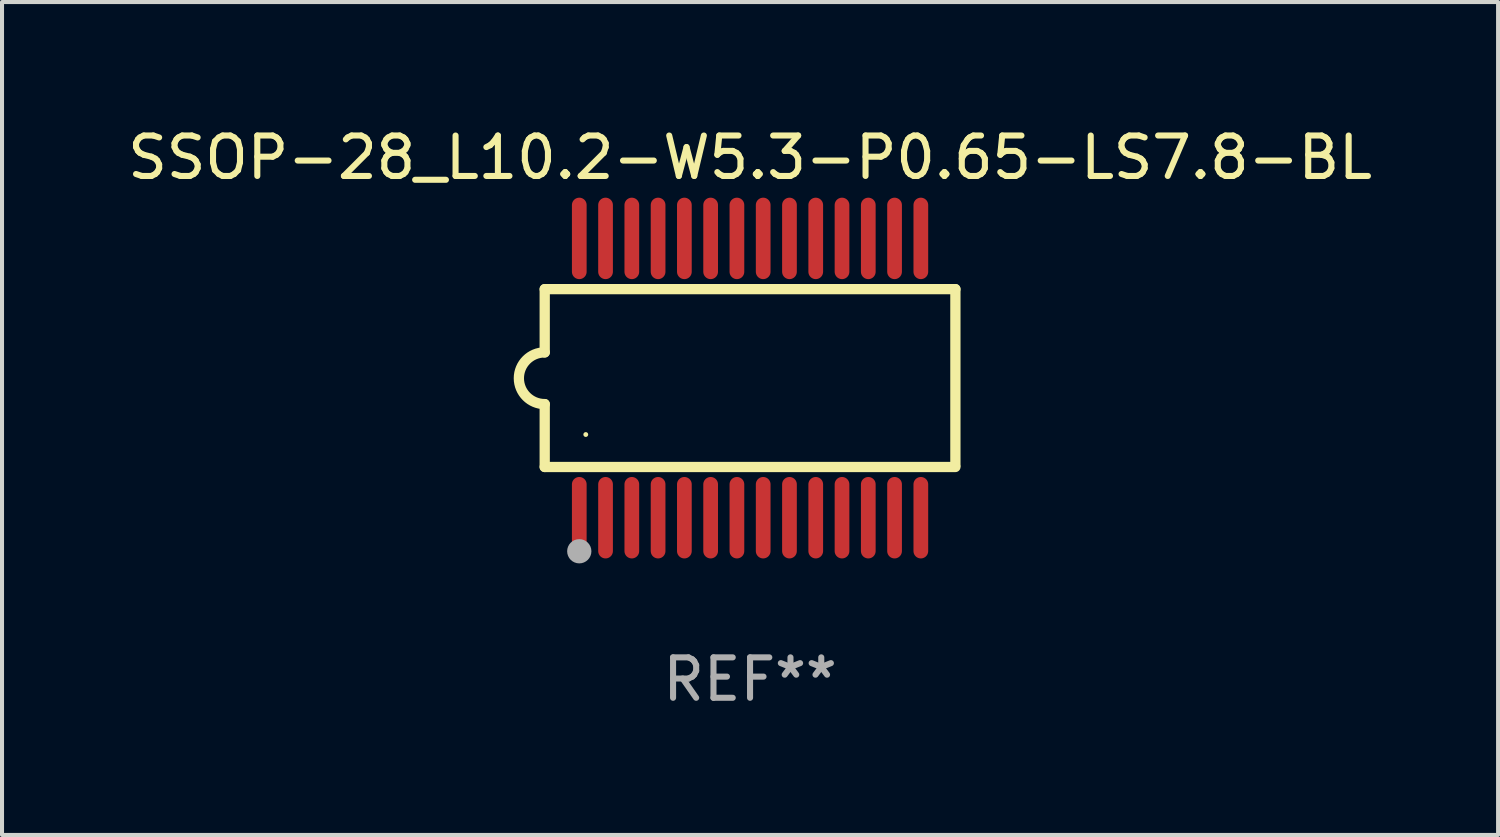
<source format=kicad_pcb>
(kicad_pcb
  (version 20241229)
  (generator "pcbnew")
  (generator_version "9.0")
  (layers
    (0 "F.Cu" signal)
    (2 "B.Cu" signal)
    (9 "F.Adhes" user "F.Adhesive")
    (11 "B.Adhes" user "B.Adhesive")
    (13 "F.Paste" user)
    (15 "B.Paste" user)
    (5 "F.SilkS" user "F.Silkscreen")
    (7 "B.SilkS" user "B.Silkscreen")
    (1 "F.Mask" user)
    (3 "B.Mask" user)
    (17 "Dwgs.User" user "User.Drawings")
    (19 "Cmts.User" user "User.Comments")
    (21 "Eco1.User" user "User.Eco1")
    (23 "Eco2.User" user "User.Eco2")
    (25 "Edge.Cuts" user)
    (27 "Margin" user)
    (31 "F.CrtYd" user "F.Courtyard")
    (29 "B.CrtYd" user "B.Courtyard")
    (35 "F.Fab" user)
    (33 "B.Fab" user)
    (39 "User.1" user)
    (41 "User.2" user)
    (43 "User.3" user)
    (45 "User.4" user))
  (footprint "SSOP-28_L10.2-W5.3-P0.65-LS7.8-BL"
    (layer "F.Cu")
    (at 15.506 6.303)
    (property "Reference" "SSOP-28_L10.2-W5.3-P0.65-LS7.8-BL" (at 0 -5.455 0) (layer "F.SilkS") (effects (font (size 1 1) (thickness 0.15))))
    (attr smd)
    (fp_line (start -5.08 -2.2) (end 5.08 -2.2) (stroke (width 0.254) (type solid)) (layer "F.SilkS"))
    (fp_line (start -5.08 -0.635) (end -5.08 -2.2) (stroke (width 0.254) (type solid)) (layer "F.SilkS"))
    (fp_line (start -5.08 0.644) (end -5.08 2.2) (stroke (width 0.254) (type solid)) (layer "F.SilkS"))
    (fp_line (start -5.08 2.2) (end 5.08 2.2) (stroke (width 0.254) (type solid)) (layer "F.SilkS"))
    (fp_line (start 5.08 -2.2) (end 5.08 2.159) (stroke (width 0.254) (type solid)) (layer "F.SilkS"))
    (fp_arc (start -5.08001 0.643993) (mid -5.719507 0.004496) (end -5.08001 -0.635001) (stroke (width 0.254001) (type solid)) (layer "F.SilkS"))
    (fp_circle (center -4.064 1.397) (end -4.034 1.397) (stroke (width 0.06) (type solid)) (fill no) (layer "F.SilkS"))
    (fp_circle (center -4.225 4.285) (end -4.075 4.285) (stroke (width 0.3) (type solid)) (fill no) (layer "F.Fab"))
    (fp_text user "REF**" (at 0 7.455 0) (layer "F.Fab") (effects (font (size 1 1) (thickness 0.15))))
    (pad "1" smd oval (at -4.225 3.455) (size 0.364 2.015) (layers "F.Cu" "F.Mask" "F.Paste"))
    (pad "2" smd oval (at -3.575 3.455) (size 0.364 2.015) (layers "F.Cu" "F.Mask" "F.Paste"))
    (pad "3" smd oval (at -2.925 3.455) (size 0.364 2.015) (layers "F.Cu" "F.Mask" "F.Paste"))
    (pad "4" smd oval (at -2.275 3.455) (size 0.364 2.015) (layers "F.Cu" "F.Mask" "F.Paste"))
    (pad "5" smd oval (at -1.625 3.455) (size 0.364 2.015) (layers "F.Cu" "F.Mask" "F.Paste"))
    (pad "6" smd oval (at -0.975 3.455) (size 0.364 2.015) (layers "F.Cu" "F.Mask" "F.Paste"))
    (pad "7" smd oval (at -0.325 3.455) (size 0.364 2.015) (layers "F.Cu" "F.Mask" "F.Paste"))
    (pad "8" smd oval (at 0.325 3.455) (size 0.364 2.015) (layers "F.Cu" "F.Mask" "F.Paste"))
    (pad "9" smd oval (at 0.975 3.455) (size 0.364 2.015) (layers "F.Cu" "F.Mask" "F.Paste"))
    (pad "10" smd oval (at 1.625 3.455) (size 0.364 2.015) (layers "F.Cu" "F.Mask" "F.Paste"))
    (pad "11" smd oval (at 2.275 3.455) (size 0.364 2.015) (layers "F.Cu" "F.Mask" "F.Paste"))
    (pad "12" smd oval (at 2.925 3.455) (size 0.364 2.015) (layers "F.Cu" "F.Mask" "F.Paste"))
    (pad "13" smd oval (at 3.575 3.455) (size 0.364 2.015) (layers "F.Cu" "F.Mask" "F.Paste"))
    (pad "14" smd oval (at 4.225 3.455) (size 0.364 2.015) (layers "F.Cu" "F.Mask" "F.Paste"))
    (pad "15" smd oval (at 4.225 -3.455) (size 0.364 2.015) (layers "F.Cu" "F.Mask" "F.Paste"))
    (pad "16" smd oval (at 3.575 -3.455) (size 0.364 2.015) (layers "F.Cu" "F.Mask" "F.Paste"))
    (pad "17" smd oval (at 2.925 -3.455) (size 0.364 2.015) (layers "F.Cu" "F.Mask" "F.Paste"))
    (pad "18" smd oval (at 2.275 -3.455) (size 0.364 2.015) (layers "F.Cu" "F.Mask" "F.Paste"))
    (pad "19" smd oval (at 1.625 -3.455) (size 0.364 2.015) (layers "F.Cu" "F.Mask" "F.Paste"))
    (pad "20" smd oval (at 0.975 -3.455) (size 0.364 2.015) (layers "F.Cu" "F.Mask" "F.Paste"))
    (pad "21" smd oval (at 0.325 -3.455) (size 0.364 2.015) (layers "F.Cu" "F.Mask" "F.Paste"))
    (pad "22" smd oval (at -0.325 -3.455) (size 0.364 2.015) (layers "F.Cu" "F.Mask" "F.Paste"))
    (pad "23" smd oval (at -0.975 -3.455) (size 0.364 2.015) (layers "F.Cu" "F.Mask" "F.Paste"))
    (pad "24" smd oval (at -1.625 -3.455) (size 0.364 2.015) (layers "F.Cu" "F.Mask" "F.Paste"))
    (pad "25" smd oval (at -2.275 -3.455) (size 0.364 2.015) (layers "F.Cu" "F.Mask" "F.Paste"))
    (pad "26" smd oval (at -2.925 -3.455) (size 0.364 2.015) (layers "F.Cu" "F.Mask" "F.Paste"))
    (pad "27" smd oval (at -3.575 -3.455) (size 0.364 2.015) (layers "F.Cu" "F.Mask" "F.Paste"))
    (pad "28" smd oval (at -4.225 -3.455) (size 0.364 2.015) (layers "F.Cu" "F.Mask" "F.Paste")))
  (gr_rect
    (start -3 -3)
    (end 34.012 17.607)
    (stroke (width 0.1) (type default))
    (fill no)
    (layer "Edge.Cuts")))
</source>
